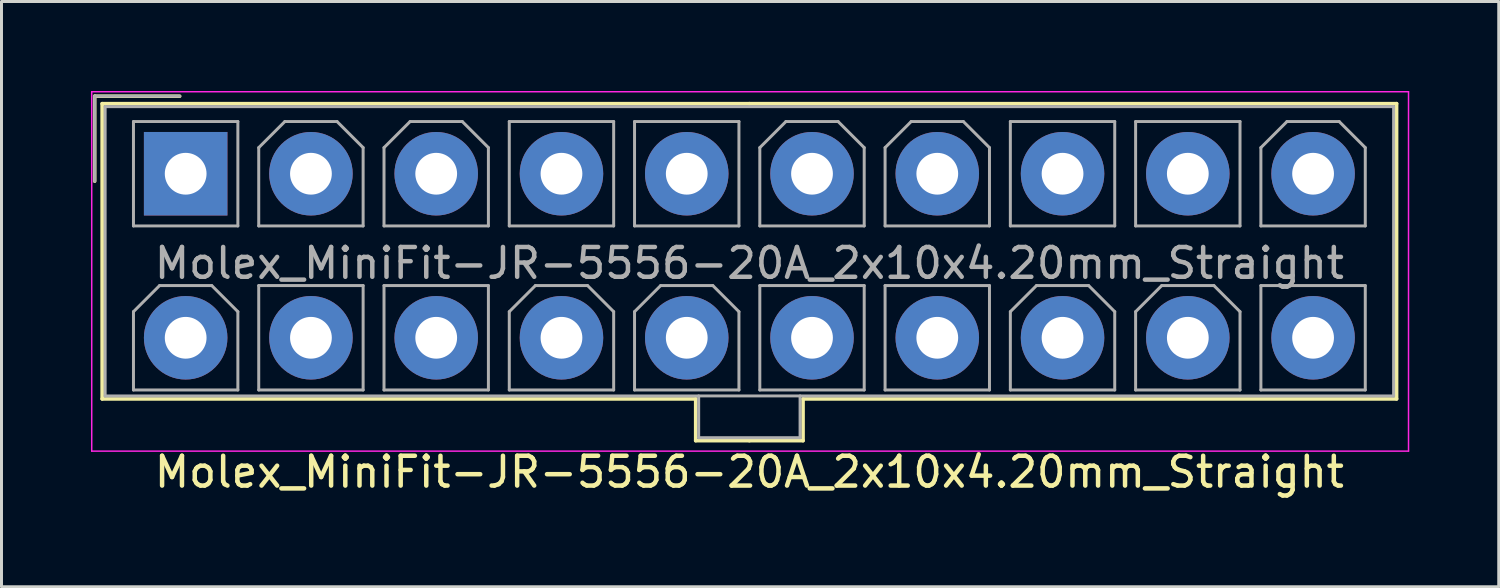
<source format=kicad_pcb>
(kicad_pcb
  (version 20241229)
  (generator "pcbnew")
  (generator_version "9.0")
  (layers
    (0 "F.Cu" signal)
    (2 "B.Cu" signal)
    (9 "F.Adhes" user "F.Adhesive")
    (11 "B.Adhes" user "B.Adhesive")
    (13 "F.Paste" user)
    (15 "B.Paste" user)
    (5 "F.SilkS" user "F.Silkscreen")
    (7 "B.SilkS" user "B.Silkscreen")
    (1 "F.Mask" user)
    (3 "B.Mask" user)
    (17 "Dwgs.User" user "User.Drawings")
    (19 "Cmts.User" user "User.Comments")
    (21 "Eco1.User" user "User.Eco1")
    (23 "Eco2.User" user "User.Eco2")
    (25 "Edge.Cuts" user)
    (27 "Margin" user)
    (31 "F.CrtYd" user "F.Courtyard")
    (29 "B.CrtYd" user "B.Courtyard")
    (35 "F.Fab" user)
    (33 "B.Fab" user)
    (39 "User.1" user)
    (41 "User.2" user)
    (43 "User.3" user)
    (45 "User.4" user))
  (footprint "Molex_MiniFit-JR-5556-20A_2x10x4.20mm_Straight"
    (layer "F.Cu")
    (at 3.175 2.775)
    (property "Reference" "Molex_MiniFit-JR-5556-20A_2x10x4.20mm_Straight" (at 18.9 10 0) (layer "F.SilkS") (effects (font (size 1 1) (thickness 0.15))))
    (attr through_hole)
    (fp_line (start -3.05 -2.6) (end -3.05 0.25) (stroke (width 0.12) (type solid)) (layer "F.SilkS"))
    (fp_line (start -2.8 -2.35) (end -2.8 7.55) (stroke (width 0.12) (type solid)) (layer "F.SilkS"))
    (fp_line (start -2.8 7.55) (end 17.1 7.55) (stroke (width 0.12) (type solid)) (layer "F.SilkS"))
    (fp_line (start -0.2 -2.6) (end -3.05 -2.6) (stroke (width 0.12) (type solid)) (layer "F.SilkS"))
    (fp_line (start 17.1 7.55) (end 17.1 8.95) (stroke (width 0.12) (type solid)) (layer "F.SilkS"))
    (fp_line (start 17.1 8.95) (end 18.9 8.95) (stroke (width 0.12) (type solid)) (layer "F.SilkS"))
    (fp_line (start 18.9 -2.35) (end -2.8 -2.35) (stroke (width 0.12) (type solid)) (layer "F.SilkS"))
    (fp_line (start 18.9 -2.35) (end 40.6 -2.35) (stroke (width 0.12) (type solid)) (layer "F.SilkS"))
    (fp_line (start 20.7 7.55) (end 20.7 8.95) (stroke (width 0.12) (type solid)) (layer "F.SilkS"))
    (fp_line (start 20.7 8.95) (end 18.9 8.95) (stroke (width 0.12) (type solid)) (layer "F.SilkS"))
    (fp_line (start 40.6 -2.35) (end 40.6 7.55) (stroke (width 0.12) (type solid)) (layer "F.SilkS"))
    (fp_line (start 40.6 7.55) (end 20.7 7.55) (stroke (width 0.12) (type solid)) (layer "F.SilkS"))
    (fp_line (start -3.15 -2.75) (end -3.15 9.3) (stroke (width 0.05) (type solid)) (layer "F.CrtYd"))
    (fp_line (start -3.15 9.3) (end 41 9.3) (stroke (width 0.05) (type solid)) (layer "F.CrtYd"))
    (fp_line (start 41 -2.75) (end -3.15 -2.75) (stroke (width 0.05) (type solid)) (layer "F.CrtYd"))
    (fp_line (start 41 9.3) (end 41 -2.75) (stroke (width 0.05) (type solid)) (layer "F.CrtYd"))
    (fp_line (start -3.05 -2.6) (end -3.05 0.25) (stroke (width 0.1) (type solid)) (layer "F.Fab"))
    (fp_line (start -2.7 -2.25) (end -2.7 7.45) (stroke (width 0.1) (type solid)) (layer "F.Fab"))
    (fp_line (start -2.7 7.45) (end 40.5 7.45) (stroke (width 0.1) (type solid)) (layer "F.Fab"))
    (fp_line (start -1.75 -1.75) (end -1.75 1.75) (stroke (width 0.1) (type solid)) (layer "F.Fab"))
    (fp_line (start -1.75 1.75) (end 1.75 1.75) (stroke (width 0.1) (type solid)) (layer "F.Fab"))
    (fp_line (start -1.75 4.625) (end -0.875 3.75) (stroke (width 0.1) (type solid)) (layer "F.Fab"))
    (fp_line (start -1.75 7.25) (end -1.75 4.625) (stroke (width 0.1) (type solid)) (layer "F.Fab"))
    (fp_line (start -0.875 3.75) (end 0.875 3.75) (stroke (width 0.1) (type solid)) (layer "F.Fab"))
    (fp_line (start -0.2 -2.6) (end -3.05 -2.6) (stroke (width 0.1) (type solid)) (layer "F.Fab"))
    (fp_line (start 0.875 3.75) (end 1.75 4.625) (stroke (width 0.1) (type solid)) (layer "F.Fab"))
    (fp_line (start 1.75 -1.75) (end -1.75 -1.75) (stroke (width 0.1) (type solid)) (layer "F.Fab"))
    (fp_line (start 1.75 1.75) (end 1.75 -1.75) (stroke (width 0.1) (type solid)) (layer "F.Fab"))
    (fp_line (start 1.75 4.625) (end 1.75 7.25) (stroke (width 0.1) (type solid)) (layer "F.Fab"))
    (fp_line (start 1.75 7.25) (end -1.75 7.25) (stroke (width 0.1) (type solid)) (layer "F.Fab"))
    (fp_line (start 2.45 -0.875) (end 3.325 -1.75) (stroke (width 0.1) (type solid)) (layer "F.Fab"))
    (fp_line (start 2.45 1.75) (end 2.45 -0.875) (stroke (width 0.1) (type solid)) (layer "F.Fab"))
    (fp_line (start 2.45 3.75) (end 2.45 7.25) (stroke (width 0.1) (type solid)) (layer "F.Fab"))
    (fp_line (start 2.45 7.25) (end 5.95 7.25) (stroke (width 0.1) (type solid)) (layer "F.Fab"))
    (fp_line (start 3.325 -1.75) (end 5.075 -1.75) (stroke (width 0.1) (type solid)) (layer "F.Fab"))
    (fp_line (start 5.075 -1.75) (end 5.95 -0.875) (stroke (width 0.1) (type solid)) (layer "F.Fab"))
    (fp_line (start 5.95 -0.875) (end 5.95 1.75) (stroke (width 0.1) (type solid)) (layer "F.Fab"))
    (fp_line (start 5.95 1.75) (end 2.45 1.75) (stroke (width 0.1) (type solid)) (layer "F.Fab"))
    (fp_line (start 5.95 3.75) (end 2.45 3.75) (stroke (width 0.1) (type solid)) (layer "F.Fab"))
    (fp_line (start 5.95 7.25) (end 5.95 3.75) (stroke (width 0.1) (type solid)) (layer "F.Fab"))
    (fp_line (start 6.65 -0.875) (end 7.525 -1.75) (stroke (width 0.1) (type solid)) (layer "F.Fab"))
    (fp_line (start 6.65 1.75) (end 6.65 -0.875) (stroke (width 0.1) (type solid)) (layer "F.Fab"))
    (fp_line (start 6.65 3.75) (end 6.65 7.25) (stroke (width 0.1) (type solid)) (layer "F.Fab"))
    (fp_line (start 6.65 7.25) (end 10.15 7.25) (stroke (width 0.1) (type solid)) (layer "F.Fab"))
    (fp_line (start 7.525 -1.75) (end 9.275 -1.75) (stroke (width 0.1) (type solid)) (layer "F.Fab"))
    (fp_line (start 9.275 -1.75) (end 10.15 -0.875) (stroke (width 0.1) (type solid)) (layer "F.Fab"))
    (fp_line (start 10.15 -0.875) (end 10.15 1.75) (stroke (width 0.1) (type solid)) (layer "F.Fab"))
    (fp_line (start 10.15 1.75) (end 6.65 1.75) (stroke (width 0.1) (type solid)) (layer "F.Fab"))
    (fp_line (start 10.15 3.75) (end 6.65 3.75) (stroke (width 0.1) (type solid)) (layer "F.Fab"))
    (fp_line (start 10.15 7.25) (end 10.15 3.75) (stroke (width 0.1) (type solid)) (layer "F.Fab"))
    (fp_line (start 10.85 -1.75) (end 10.85 1.75) (stroke (width 0.1) (type solid)) (layer "F.Fab"))
    (fp_line (start 10.85 1.75) (end 14.35 1.75) (stroke (width 0.1) (type solid)) (layer "F.Fab"))
    (fp_line (start 10.85 4.625) (end 11.725 3.75) (stroke (width 0.1) (type solid)) (layer "F.Fab"))
    (fp_line (start 10.85 7.25) (end 10.85 4.625) (stroke (width 0.1) (type solid)) (layer "F.Fab"))
    (fp_line (start 11.725 3.75) (end 13.475 3.75) (stroke (width 0.1) (type solid)) (layer "F.Fab"))
    (fp_line (start 13.475 3.75) (end 14.35 4.625) (stroke (width 0.1) (type solid)) (layer "F.Fab"))
    (fp_line (start 14.35 -1.75) (end 10.85 -1.75) (stroke (width 0.1) (type solid)) (layer "F.Fab"))
    (fp_line (start 14.35 1.75) (end 14.35 -1.75) (stroke (width 0.1) (type solid)) (layer "F.Fab"))
    (fp_line (start 14.35 4.625) (end 14.35 7.25) (stroke (width 0.1) (type solid)) (layer "F.Fab"))
    (fp_line (start 14.35 7.25) (end 10.85 7.25) (stroke (width 0.1) (type solid)) (layer "F.Fab"))
    (fp_line (start 15.05 -1.75) (end 15.05 1.75) (stroke (width 0.1) (type solid)) (layer "F.Fab"))
    (fp_line (start 15.05 1.75) (end 18.55 1.75) (stroke (width 0.1) (type solid)) (layer "F.Fab"))
    (fp_line (start 15.05 4.625) (end 15.925 3.75) (stroke (width 0.1) (type solid)) (layer "F.Fab"))
    (fp_line (start 15.05 7.25) (end 15.05 4.625) (stroke (width 0.1) (type solid)) (layer "F.Fab"))
    (fp_line (start 15.925 3.75) (end 17.675 3.75) (stroke (width 0.1) (type solid)) (layer "F.Fab"))
    (fp_line (start 17.2 7.45) (end 17.2 8.85) (stroke (width 0.1) (type solid)) (layer "F.Fab"))
    (fp_line (start 17.2 8.85) (end 20.6 8.85) (stroke (width 0.1) (type solid)) (layer "F.Fab"))
    (fp_line (start 17.675 3.75) (end 18.55 4.625) (stroke (width 0.1) (type solid)) (layer "F.Fab"))
    (fp_line (start 18.55 -1.75) (end 15.05 -1.75) (stroke (width 0.1) (type solid)) (layer "F.Fab"))
    (fp_line (start 18.55 1.75) (end 18.55 -1.75) (stroke (width 0.1) (type solid)) (layer "F.Fab"))
    (fp_line (start 18.55 4.625) (end 18.55 7.25) (stroke (width 0.1) (type solid)) (layer "F.Fab"))
    (fp_line (start 18.55 7.25) (end 15.05 7.25) (stroke (width 0.1) (type solid)) (layer "F.Fab"))
    (fp_line (start 19.25 -0.875) (end 20.125 -1.75) (stroke (width 0.1) (type solid)) (layer "F.Fab"))
    (fp_line (start 19.25 1.75) (end 19.25 -0.875) (stroke (width 0.1) (type solid)) (layer "F.Fab"))
    (fp_line (start 19.25 3.75) (end 19.25 7.25) (stroke (width 0.1) (type solid)) (layer "F.Fab"))
    (fp_line (start 19.25 7.25) (end 22.75 7.25) (stroke (width 0.1) (type solid)) (layer "F.Fab"))
    (fp_line (start 20.125 -1.75) (end 21.875 -1.75) (stroke (width 0.1) (type solid)) (layer "F.Fab"))
    (fp_line (start 20.6 8.85) (end 20.6 7.45) (stroke (width 0.1) (type solid)) (layer "F.Fab"))
    (fp_line (start 21.875 -1.75) (end 22.75 -0.875) (stroke (width 0.1) (type solid)) (layer "F.Fab"))
    (fp_line (start 22.75 -0.875) (end 22.75 1.75) (stroke (width 0.1) (type solid)) (layer "F.Fab"))
    (fp_line (start 22.75 1.75) (end 19.25 1.75) (stroke (width 0.1) (type solid)) (layer "F.Fab"))
    (fp_line (start 22.75 3.75) (end 19.25 3.75) (stroke (width 0.1) (type solid)) (layer "F.Fab"))
    (fp_line (start 22.75 7.25) (end 22.75 3.75) (stroke (width 0.1) (type solid)) (layer "F.Fab"))
    (fp_line (start 23.45 -0.875) (end 24.325 -1.75) (stroke (width 0.1) (type solid)) (layer "F.Fab"))
    (fp_line (start 23.45 1.75) (end 23.45 -0.875) (stroke (width 0.1) (type solid)) (layer "F.Fab"))
    (fp_line (start 23.45 3.75) (end 23.45 7.25) (stroke (width 0.1) (type solid)) (layer "F.Fab"))
    (fp_line (start 23.45 7.25) (end 26.95 7.25) (stroke (width 0.1) (type solid)) (layer "F.Fab"))
    (fp_line (start 24.325 -1.75) (end 26.075 -1.75) (stroke (width 0.1) (type solid)) (layer "F.Fab"))
    (fp_line (start 26.075 -1.75) (end 26.95 -0.875) (stroke (width 0.1) (type solid)) (layer "F.Fab"))
    (fp_line (start 26.95 -0.875) (end 26.95 1.75) (stroke (width 0.1) (type solid)) (layer "F.Fab"))
    (fp_line (start 26.95 1.75) (end 23.45 1.75) (stroke (width 0.1) (type solid)) (layer "F.Fab"))
    (fp_line (start 26.95 3.75) (end 23.45 3.75) (stroke (width 0.1) (type solid)) (layer "F.Fab"))
    (fp_line (start 26.95 7.25) (end 26.95 3.75) (stroke (width 0.1) (type solid)) (layer "F.Fab"))
    (fp_line (start 27.65 -1.75) (end 27.65 1.75) (stroke (width 0.1) (type solid)) (layer "F.Fab"))
    (fp_line (start 27.65 1.75) (end 31.15 1.75) (stroke (width 0.1) (type solid)) (layer "F.Fab"))
    (fp_line (start 27.65 4.625) (end 28.525 3.75) (stroke (width 0.1) (type solid)) (layer "F.Fab"))
    (fp_line (start 27.65 7.25) (end 27.65 4.625) (stroke (width 0.1) (type solid)) (layer "F.Fab"))
    (fp_line (start 28.525 3.75) (end 30.275 3.75) (stroke (width 0.1) (type solid)) (layer "F.Fab"))
    (fp_line (start 30.275 3.75) (end 31.15 4.625) (stroke (width 0.1) (type solid)) (layer "F.Fab"))
    (fp_line (start 31.15 -1.75) (end 27.65 -1.75) (stroke (width 0.1) (type solid)) (layer "F.Fab"))
    (fp_line (start 31.15 1.75) (end 31.15 -1.75) (stroke (width 0.1) (type solid)) (layer "F.Fab"))
    (fp_line (start 31.15 4.625) (end 31.15 7.25) (stroke (width 0.1) (type solid)) (layer "F.Fab"))
    (fp_line (start 31.15 7.25) (end 27.65 7.25) (stroke (width 0.1) (type solid)) (layer "F.Fab"))
    (fp_line (start 31.85 -1.75) (end 31.85 1.75) (stroke (width 0.1) (type solid)) (layer "F.Fab"))
    (fp_line (start 31.85 1.75) (end 35.35 1.75) (stroke (width 0.1) (type solid)) (layer "F.Fab"))
    (fp_line (start 31.85 4.625) (end 32.725 3.75) (stroke (width 0.1) (type solid)) (layer "F.Fab"))
    (fp_line (start 31.85 7.25) (end 31.85 4.625) (stroke (width 0.1) (type solid)) (layer "F.Fab"))
    (fp_line (start 32.725 3.75) (end 34.475 3.75) (stroke (width 0.1) (type solid)) (layer "F.Fab"))
    (fp_line (start 34.475 3.75) (end 35.35 4.625) (stroke (width 0.1) (type solid)) (layer "F.Fab"))
    (fp_line (start 35.35 -1.75) (end 31.85 -1.75) (stroke (width 0.1) (type solid)) (layer "F.Fab"))
    (fp_line (start 35.35 1.75) (end 35.35 -1.75) (stroke (width 0.1) (type solid)) (layer "F.Fab"))
    (fp_line (start 35.35 4.625) (end 35.35 7.25) (stroke (width 0.1) (type solid)) (layer "F.Fab"))
    (fp_line (start 35.35 7.25) (end 31.85 7.25) (stroke (width 0.1) (type solid)) (layer "F.Fab"))
    (fp_line (start 36.05 -0.875) (end 36.925 -1.75) (stroke (width 0.1) (type solid)) (layer "F.Fab"))
    (fp_line (start 36.05 1.75) (end 36.05 -0.875) (stroke (width 0.1) (type solid)) (layer "F.Fab"))
    (fp_line (start 36.05 3.75) (end 36.05 7.25) (stroke (width 0.1) (type solid)) (layer "F.Fab"))
    (fp_line (start 36.05 7.25) (end 39.55 7.25) (stroke (width 0.1) (type solid)) (layer "F.Fab"))
    (fp_line (start 36.925 -1.75) (end 38.675 -1.75) (stroke (width 0.1) (type solid)) (layer "F.Fab"))
    (fp_line (start 38.675 -1.75) (end 39.55 -0.875) (stroke (width 0.1) (type solid)) (layer "F.Fab"))
    (fp_line (start 39.55 -0.875) (end 39.55 1.75) (stroke (width 0.1) (type solid)) (layer "F.Fab"))
    (fp_line (start 39.55 1.75) (end 36.05 1.75) (stroke (width 0.1) (type solid)) (layer "F.Fab"))
    (fp_line (start 39.55 3.75) (end 36.05 3.75) (stroke (width 0.1) (type solid)) (layer "F.Fab"))
    (fp_line (start 39.55 7.25) (end 39.55 3.75) (stroke (width 0.1) (type solid)) (layer "F.Fab"))
    (fp_line (start 40.5 -2.25) (end -2.7 -2.25) (stroke (width 0.1) (type solid)) (layer "F.Fab"))
    (fp_line (start 40.5 7.45) (end 40.5 -2.25) (stroke (width 0.1) (type solid)) (layer "F.Fab"))
    (fp_text user "${REFERENCE}" (at 18.9 3 0) (layer "F.Fab") (effects (font (size 1 1) (thickness 0.15))))
    (pad "1" thru_hole rect (at 0 0) (size 2.8 2.8) (drill 1.4) (layers "*.Cu" "*.Mask"))
    (pad "2" thru_hole circle (at 4.2 0) (size 2.8 2.8) (drill 1.4) (layers "*.Cu" "*.Mask"))
    (pad "3" thru_hole circle (at 8.4 0) (size 2.8 2.8) (drill 1.4) (layers "*.Cu" "*.Mask"))
    (pad "4" thru_hole circle (at 12.6 0) (size 2.8 2.8) (drill 1.4) (layers "*.Cu" "*.Mask"))
    (pad "5" thru_hole circle (at 16.8 0) (size 2.8 2.8) (drill 1.4) (layers "*.Cu" "*.Mask"))
    (pad "6" thru_hole circle (at 21 0) (size 2.8 2.8) (drill 1.4) (layers "*.Cu" "*.Mask"))
    (pad "7" thru_hole circle (at 25.2 0) (size 2.8 2.8) (drill 1.4) (layers "*.Cu" "*.Mask"))
    (pad "8" thru_hole circle (at 29.4 0) (size 2.8 2.8) (drill 1.4) (layers "*.Cu" "*.Mask"))
    (pad "9" thru_hole circle (at 33.6 0) (size 2.8 2.8) (drill 1.4) (layers "*.Cu" "*.Mask"))
    (pad "10" thru_hole circle (at 37.8 0) (size 2.8 2.8) (drill 1.4) (layers "*.Cu" "*.Mask"))
    (pad "11" thru_hole circle (at 0 5.5) (size 2.8 2.8) (drill 1.4) (layers "*.Cu" "*.Mask"))
    (pad "12" thru_hole circle (at 4.2 5.5) (size 2.8 2.8) (drill 1.4) (layers "*.Cu" "*.Mask"))
    (pad "13" thru_hole circle (at 8.4 5.5) (size 2.8 2.8) (drill 1.4) (layers "*.Cu" "*.Mask"))
    (pad "14" thru_hole circle (at 12.6 5.5) (size 2.8 2.8) (drill 1.4) (layers "*.Cu" "*.Mask"))
    (pad "15" thru_hole circle (at 16.8 5.5) (size 2.8 2.8) (drill 1.4) (layers "*.Cu" "*.Mask"))
    (pad "16" thru_hole circle (at 21 5.5) (size 2.8 2.8) (drill 1.4) (layers "*.Cu" "*.Mask"))
    (pad "17" thru_hole circle (at 25.2 5.5) (size 2.8 2.8) (drill 1.4) (layers "*.Cu" "*.Mask"))
    (pad "18" thru_hole circle (at 29.4 5.5) (size 2.8 2.8) (drill 1.4) (layers "*.Cu" "*.Mask"))
    (pad "19" thru_hole circle (at 33.6 5.5) (size 2.8 2.8) (drill 1.4) (layers "*.Cu" "*.Mask"))
    (pad "20" thru_hole circle (at 37.8 5.5) (size 2.8 2.8) (drill 1.4) (layers "*.Cu" "*.Mask")))
  (gr_rect
    (start -3 -3)
    (end 47.2 16.623)
    (stroke (width 0.1) (type default))
    (fill no)
    (layer "Edge.Cuts")))
</source>
